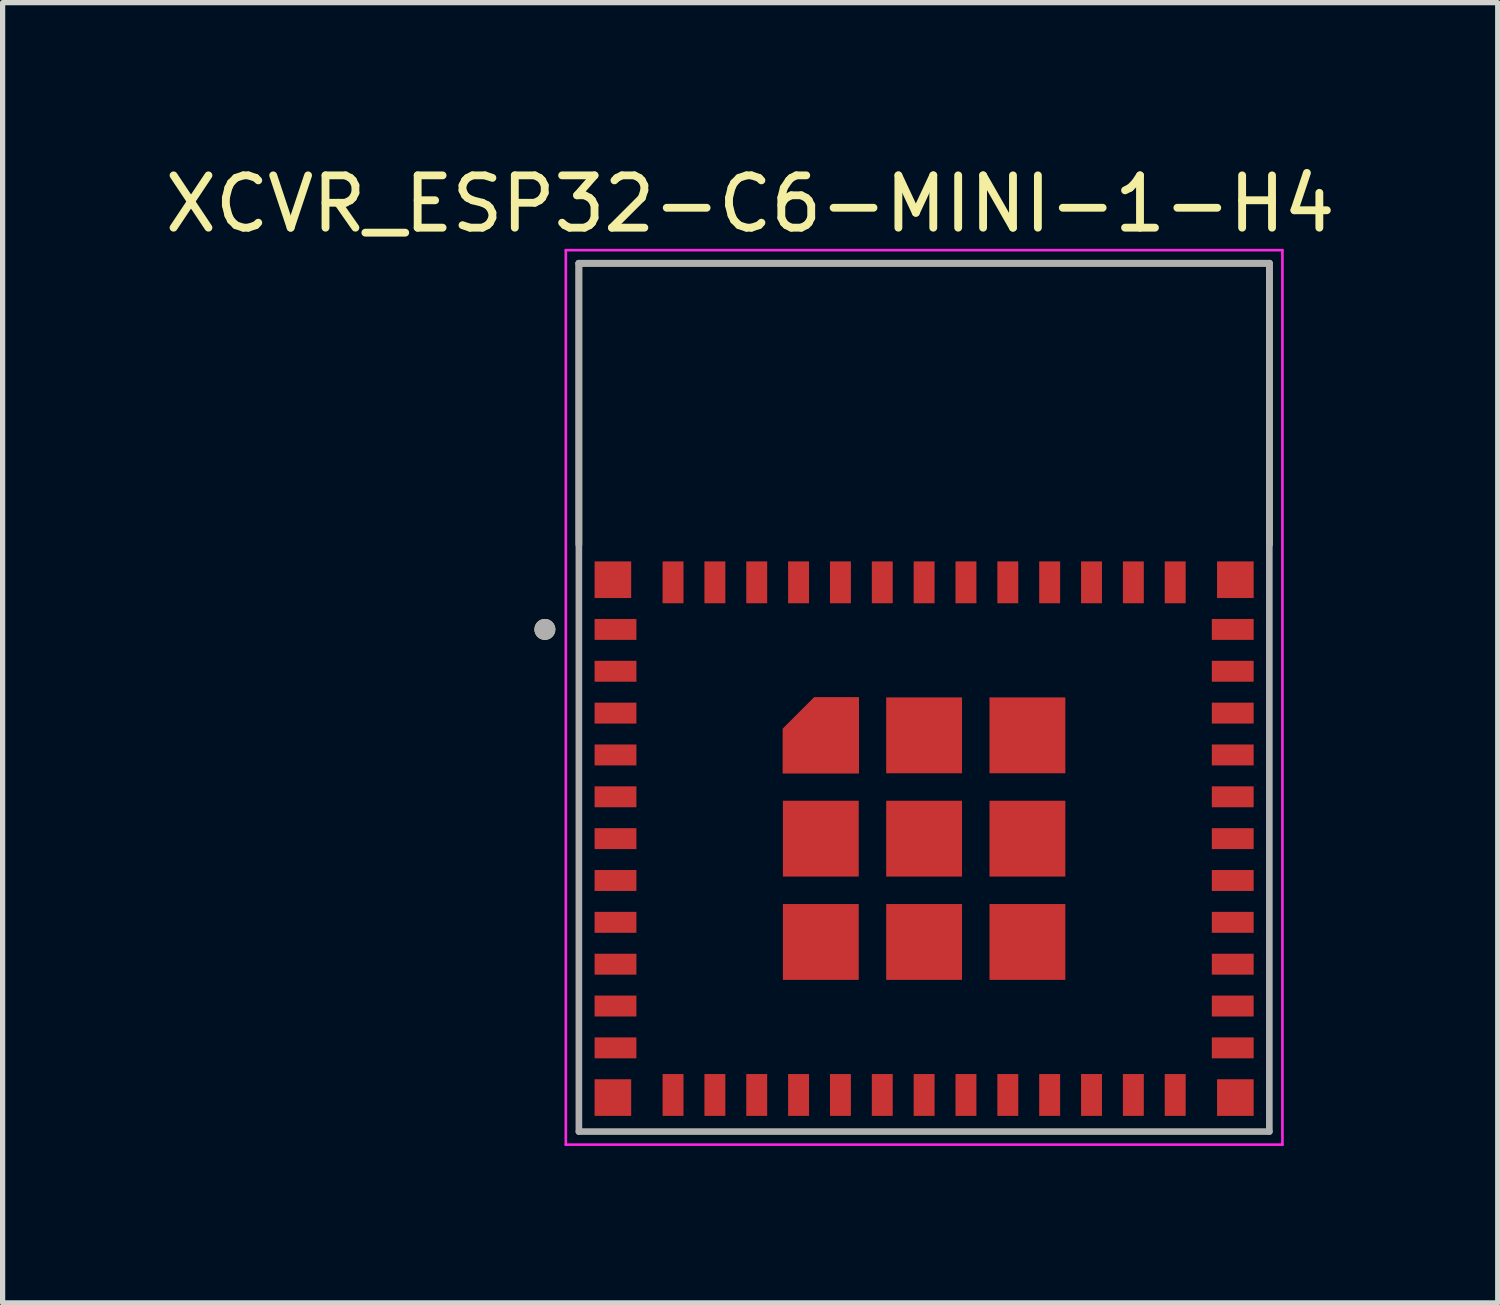
<source format=kicad_pcb>
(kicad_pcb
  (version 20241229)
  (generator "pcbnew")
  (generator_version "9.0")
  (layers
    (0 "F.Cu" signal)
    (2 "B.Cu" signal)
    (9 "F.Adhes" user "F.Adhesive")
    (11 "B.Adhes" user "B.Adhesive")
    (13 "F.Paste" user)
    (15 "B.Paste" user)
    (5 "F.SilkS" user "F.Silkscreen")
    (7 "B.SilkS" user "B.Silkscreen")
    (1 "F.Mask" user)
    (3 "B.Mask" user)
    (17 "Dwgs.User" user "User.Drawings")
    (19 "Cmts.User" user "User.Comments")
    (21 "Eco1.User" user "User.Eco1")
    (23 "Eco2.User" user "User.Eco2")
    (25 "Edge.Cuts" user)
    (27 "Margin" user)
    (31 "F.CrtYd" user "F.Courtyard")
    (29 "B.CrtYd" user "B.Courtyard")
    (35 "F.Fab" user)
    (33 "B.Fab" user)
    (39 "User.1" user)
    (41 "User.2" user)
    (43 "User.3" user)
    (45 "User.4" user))
  (footprint "XCVR_ESP32-C6-MINI-1-H4"
    (layer "F.Cu")
    (at 14.617 12.983)
    (property "Reference" "XCVR_ESP32-C6-MINI-1-H4" (at -3.325 -12.135 0) (layer "F.SilkS") (effects (font (size 1 1) (thickness 0.15))))
    (attr smd)
    (fp_poly (pts (xy -2.8 -1.15) (xy -1.15 -1.15) (xy -1.15 -2.8) (xy -2.15 -2.8) (xy -2.8 -2.15)) (stroke (width 0.01) (type solid)) (fill yes) (layer "F.Mask"))
    (fp_line (start -6.6 -11) (end 6.6 -11) (stroke (width 0.127) (type solid)) (layer "F.SilkS"))
    (fp_line (start -6.6 -5.62) (end -6.6 -11) (stroke (width 0.127) (type solid)) (layer "F.SilkS"))
    (fp_line (start 6.6 -11) (end 6.6 -5.62) (stroke (width 0.127) (type solid)) (layer "F.SilkS"))
    (fp_circle (center -7.25 -4) (end -7.15 -4) (stroke (width 0.2) (type solid)) (fill no) (layer "F.SilkS"))
    (fp_poly (pts (xy -2.7 -1.25) (xy -1.25 -1.25) (xy -1.25 -2.7) (xy -2.1 -2.7) (xy -2.7 -2.1)) (stroke (width 0.01) (type solid)) (fill yes) (layer "F.Paste"))
    (fp_line (start -6.85 -11.25) (end -6.85 5.85) (stroke (width 0.05) (type solid)) (layer "F.CrtYd"))
    (fp_line (start -6.85 5.85) (end 6.85 5.85) (stroke (width 0.05) (type solid)) (layer "F.CrtYd"))
    (fp_line (start 6.85 -11.25) (end -6.85 -11.25) (stroke (width 0.05) (type solid)) (layer "F.CrtYd"))
    (fp_line (start 6.85 5.85) (end 6.85 -11.25) (stroke (width 0.05) (type solid)) (layer "F.CrtYd"))
    (fp_line (start -6.6 -11) (end 6.6 -11) (stroke (width 0.127) (type solid)) (layer "F.Fab"))
    (fp_line (start -6.6 5.6) (end -6.6 -11) (stroke (width 0.127) (type solid)) (layer "F.Fab"))
    (fp_line (start 6.6 -11) (end 6.6 5.6) (stroke (width 0.127) (type solid)) (layer "F.Fab"))
    (fp_line (start 6.6 5.6) (end -6.6 5.6) (stroke (width 0.127) (type solid)) (layer "F.Fab"))
    (fp_circle (center -7.25 -4) (end -7.15 -4) (stroke (width 0.2) (type solid)) (fill no) (layer "F.Fab"))
    (pad "1" smd rect (at -5.9 -4) (size 0.8 0.4) (layers "F.Cu" "F.Mask" "F.Paste"))
    (pad "2" smd rect (at -5.9 -3.2) (size 0.8 0.4) (layers "F.Cu" "F.Mask" "F.Paste"))
    (pad "3" smd rect (at -5.9 -2.4) (size 0.8 0.4) (layers "F.Cu" "F.Mask" "F.Paste"))
    (pad "4" smd rect (at -5.9 -1.6) (size 0.8 0.4) (layers "F.Cu" "F.Mask" "F.Paste"))
    (pad "5" smd rect (at -5.9 -0.8) (size 0.8 0.4) (layers "F.Cu" "F.Mask" "F.Paste"))
    (pad "6" smd rect (at -5.9 0) (size 0.8 0.4) (layers "F.Cu" "F.Mask" "F.Paste"))
    (pad "7" smd rect (at -5.9 0.8) (size 0.8 0.4) (layers "F.Cu" "F.Mask" "F.Paste"))
    (pad "8" smd rect (at -5.9 1.6) (size 0.8 0.4) (layers "F.Cu" "F.Mask" "F.Paste"))
    (pad "9" smd rect (at -5.9 2.4) (size 0.8 0.4) (layers "F.Cu" "F.Mask" "F.Paste"))
    (pad "10" smd rect (at -5.9 3.2) (size 0.8 0.4) (layers "F.Cu" "F.Mask" "F.Paste"))
    (pad "11" smd rect (at -5.9 4) (size 0.8 0.4) (layers "F.Cu" "F.Mask" "F.Paste"))
    (pad "12" smd rect (at -4.8 4.9) (size 0.4 0.8) (layers "F.Cu" "F.Mask" "F.Paste"))
    (pad "13" smd rect (at -4 4.9) (size 0.4 0.8) (layers "F.Cu" "F.Mask" "F.Paste"))
    (pad "14" smd rect (at -3.2 4.9) (size 0.4 0.8) (layers "F.Cu" "F.Mask" "F.Paste"))
    (pad "15" smd rect (at -2.4 4.9) (size 0.4 0.8) (layers "F.Cu" "F.Mask" "F.Paste"))
    (pad "16" smd rect (at -1.6 4.9) (size 0.4 0.8) (layers "F.Cu" "F.Mask" "F.Paste"))
    (pad "17" smd rect (at -0.8 4.9) (size 0.4 0.8) (layers "F.Cu" "F.Mask" "F.Paste"))
    (pad "18" smd rect (at 0 4.9) (size 0.4 0.8) (layers "F.Cu" "F.Mask" "F.Paste"))
    (pad "19" smd rect (at 0.8 4.9) (size 0.4 0.8) (layers "F.Cu" "F.Mask" "F.Paste"))
    (pad "20" smd rect (at 1.6 4.9) (size 0.4 0.8) (layers "F.Cu" "F.Mask" "F.Paste"))
    (pad "21" smd rect (at 2.4 4.9) (size 0.4 0.8) (layers "F.Cu" "F.Mask" "F.Paste"))
    (pad "22" smd rect (at 3.2 4.9) (size 0.4 0.8) (layers "F.Cu" "F.Mask" "F.Paste"))
    (pad "23" smd rect (at 4 4.9) (size 0.4 0.8) (layers "F.Cu" "F.Mask" "F.Paste"))
    (pad "24" smd rect (at 4.8 4.9) (size 0.4 0.8) (layers "F.Cu" "F.Mask" "F.Paste"))
    (pad "25" smd rect (at 5.9 4) (size 0.8 0.4) (layers "F.Cu" "F.Mask" "F.Paste"))
    (pad "26" smd rect (at 5.9 3.2) (size 0.8 0.4) (layers "F.Cu" "F.Mask" "F.Paste"))
    (pad "27" smd rect (at 5.9 2.4) (size 0.8 0.4) (layers "F.Cu" "F.Mask" "F.Paste"))
    (pad "28" smd rect (at 5.9 1.6) (size 0.8 0.4) (layers "F.Cu" "F.Mask" "F.Paste"))
    (pad "29" smd rect (at 5.9 0.8) (size 0.8 0.4) (layers "F.Cu" "F.Mask" "F.Paste"))
    (pad "30" smd rect (at 5.9 0) (size 0.8 0.4) (layers "F.Cu" "F.Mask" "F.Paste"))
    (pad "31" smd rect (at 5.9 -0.8) (size 0.8 0.4) (layers "F.Cu" "F.Mask" "F.Paste"))
    (pad "32" smd rect (at 5.9 -1.6) (size 0.8 0.4) (layers "F.Cu" "F.Mask" "F.Paste"))
    (pad "33" smd rect (at 5.9 -2.4) (size 0.8 0.4) (layers "F.Cu" "F.Mask" "F.Paste"))
    (pad "34" smd rect (at 5.9 -3.2) (size 0.8 0.4) (layers "F.Cu" "F.Mask" "F.Paste"))
    (pad "35" smd rect (at 5.9 -4) (size 0.8 0.4) (layers "F.Cu" "F.Mask" "F.Paste"))
    (pad "36" smd rect (at 4.8 -4.9) (size 0.4 0.8) (layers "F.Cu" "F.Mask" "F.Paste"))
    (pad "37" smd rect (at 4 -4.9) (size 0.4 0.8) (layers "F.Cu" "F.Mask" "F.Paste"))
    (pad "38" smd rect (at 3.2 -4.9) (size 0.4 0.8) (layers "F.Cu" "F.Mask" "F.Paste"))
    (pad "39" smd rect (at 2.4 -4.9) (size 0.4 0.8) (layers "F.Cu" "F.Mask" "F.Paste"))
    (pad "40" smd rect (at 1.6 -4.9) (size 0.4 0.8) (layers "F.Cu" "F.Mask" "F.Paste"))
    (pad "41" smd rect (at 0.8 -4.9) (size 0.4 0.8) (layers "F.Cu" "F.Mask" "F.Paste"))
    (pad "42" smd rect (at 0 -4.9) (size 0.4 0.8) (layers "F.Cu" "F.Mask" "F.Paste"))
    (pad "43" smd rect (at -0.8 -4.9) (size 0.4 0.8) (layers "F.Cu" "F.Mask" "F.Paste"))
    (pad "44" smd rect (at -1.6 -4.9) (size 0.4 0.8) (layers "F.Cu" "F.Mask" "F.Paste"))
    (pad "45" smd rect (at -2.4 -4.9) (size 0.4 0.8) (layers "F.Cu" "F.Mask" "F.Paste"))
    (pad "46" smd rect (at -3.2 -4.9) (size 0.4 0.8) (layers "F.Cu" "F.Mask" "F.Paste"))
    (pad "47" smd rect (at -4 -4.9) (size 0.4 0.8) (layers "F.Cu" "F.Mask" "F.Paste"))
    (pad "48" smd rect (at -4.8 -4.9) (size 0.4 0.8) (layers "F.Cu" "F.Mask" "F.Paste"))
    (pad "49_1" smd custom (at -1.975 -1.975) (size 0.4 0.4) (layers "F.Cu") (options (anchor rect)) (primitives (gr_poly (pts (xy -0.725 0.725) (xy 0.725 0.725) (xy 0.725 -0.725) (xy -0.125 -0.725) (xy -0.725 -0.125)) (width 0.01) (fill yes))))
    (pad "49_2" smd rect (at 0 -1.975) (size 1.45 1.45) (layers "F.Cu" "F.Mask" "F.Paste"))
    (pad "49_3" smd rect (at 1.975 -1.975) (size 1.45 1.45) (layers "F.Cu" "F.Mask" "F.Paste"))
    (pad "49_4" smd rect (at -1.975 0) (size 1.45 1.45) (layers "F.Cu" "F.Mask" "F.Paste"))
    (pad "49_5" smd rect (at 0 0) (size 1.45 1.45) (layers "F.Cu" "F.Mask" "F.Paste"))
    (pad "49_6" smd rect (at 1.975 0) (size 1.45 1.45) (layers "F.Cu" "F.Mask" "F.Paste"))
    (pad "49_7" smd rect (at -1.975 1.975) (size 1.45 1.45) (layers "F.Cu" "F.Mask" "F.Paste"))
    (pad "49_8" smd rect (at 0 1.975) (size 1.45 1.45) (layers "F.Cu" "F.Mask" "F.Paste"))
    (pad "49_9" smd rect (at 1.975 1.975) (size 1.45 1.45) (layers "F.Cu" "F.Mask" "F.Paste"))
    (pad "50" smd rect (at 5.95 -4.95) (size 0.7 0.7) (layers "F.Cu" "F.Mask" "F.Paste"))
    (pad "51" smd rect (at 5.95 4.95) (size 0.7 0.7) (layers "F.Cu" "F.Mask" "F.Paste"))
    (pad "52" smd rect (at -5.95 4.95) (size 0.7 0.7) (layers "F.Cu" "F.Mask" "F.Paste"))
    (pad "53" smd rect (at -5.95 -4.95) (size 0.7 0.7) (layers "F.Cu" "F.Mask" "F.Paste"))
    (zone (net_name "") (layer "F.Cu") (hatch full 0.508) (connect_pads) (min_thickness 0.01) (filled_areas_thickness no) (keepout (tracks not_allowed) (vias not_allowed) (pads not_allowed) (copperpour not_allowed) (footprints allowed)) (placement (enabled no)) (fill) (polygon (pts (xy 8.017 1.983) (xy 21.217 1.983) (xy 21.217 7.383) (xy 8.017 7.383))))
    (zone (net_name "") (layers "F.Cu" "B.Cu") (hatch full 0.508) (connect_pads) (min_thickness 0.01) (filled_areas_thickness no) (keepout (tracks allowed) (vias not_allowed) (pads allowed) (copperpour allowed) (footprints allowed)) (placement (enabled no)) (fill) (polygon (pts (xy 8.017 1.983) (xy 21.217 1.983) (xy 21.217 7.383) (xy 8.017 7.383)))))
  (gr_rect
    (start -3 -3)
    (end 25.583 21.858)
    (stroke (width 0.1) (type default))
    (fill no)
    (layer "Edge.Cuts")))
</source>
